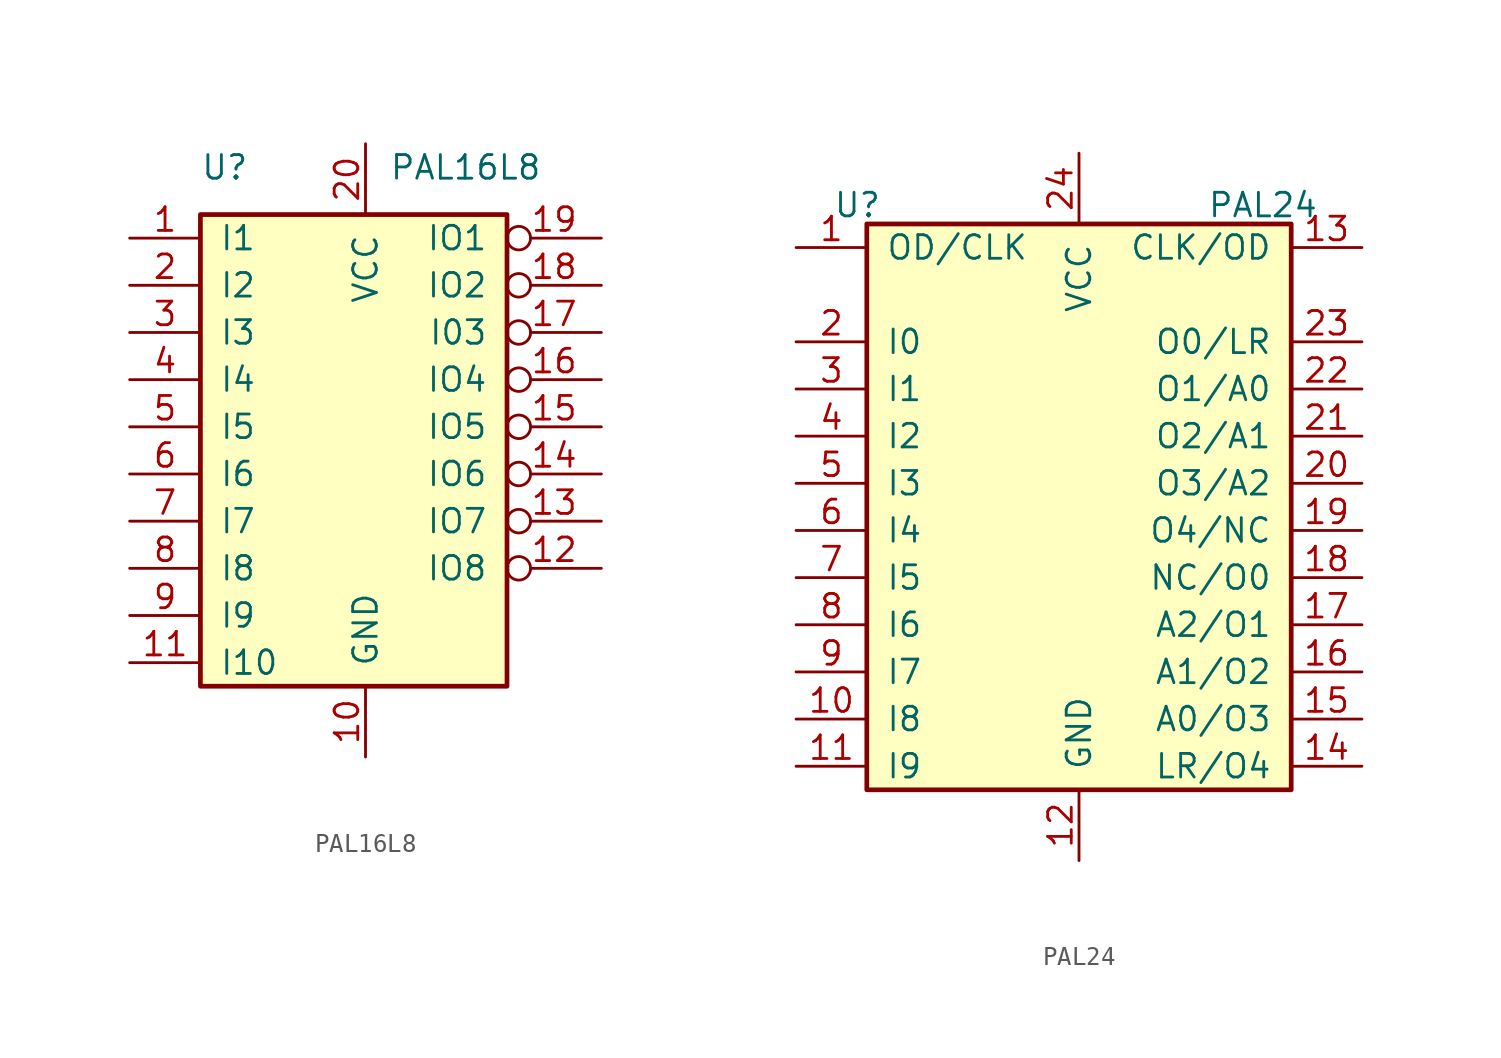
<source format=kicad_sym>
(kicad_symbol_lib
  (version 20201005)
  (generator kicad_symbol_editor)
  (symbol "PAL16L8"
    (pin_names
      (offset 1.016))
    (property "Reference" "U"
      (at -8.89 16.51 0)
      (effects (font (size 1.27 1.27)) (justify left)))
    (property "Value" "PAL16L8"
      (at 1.27 16.51 0)
      (effects (font (size 1.27 1.27)) (justify left)))
    (symbol "PAL16L8_0_0"
      (pin power_in line (at 0 -15.24 90) (length 3.81) (name "GND" (effects (font (size 1.27 1.27)))) (number "10" (effects (font (size 1.27 1.27)))))
      (pin power_in line (at 0 17.78 270) (length 3.81) (name "VCC" (effects (font (size 1.27 1.27)))) (number "20" (effects (font (size 1.27 1.27))))))
    (symbol "PAL16L8_0_1"
      (rectangle (start -8.89 13.97) (end 7.62 -11.43) (stroke (width 0.254)) (fill (type background))))
    (symbol "PAL16L8_1_1"
      (pin input line (at -12.7 12.7 0) (length 3.81) (name "I1" (effects (font (size 1.27 1.27)))) (number "1" (effects (font (size 1.27 1.27)))))
      (pin input line (at -12.7 10.16 0) (length 3.81) (name "I2" (effects (font (size 1.27 1.27)))) (number "2" (effects (font (size 1.27 1.27)))))
      (pin input line (at -12.7 7.62 0) (length 3.81) (name "I3" (effects (font (size 1.27 1.27)))) (number "3" (effects (font (size 1.27 1.27)))))
      (pin input line (at -12.7 5.08 0) (length 3.81) (name "I4" (effects (font (size 1.27 1.27)))) (number "4" (effects (font (size 1.27 1.27)))))
      (pin input line (at -12.7 2.54 0) (length 3.81) (name "I5" (effects (font (size 1.27 1.27)))) (number "5" (effects (font (size 1.27 1.27)))))
      (pin input line (at -12.7 0 0) (length 3.81) (name "I6" (effects (font (size 1.27 1.27)))) (number "6" (effects (font (size 1.27 1.27)))))
      (pin input line (at -12.7 -2.54 0) (length 3.81) (name "I7" (effects (font (size 1.27 1.27)))) (number "7" (effects (font (size 1.27 1.27)))))
      (pin input line (at -12.7 -5.08 0) (length 3.81) (name "I8" (effects (font (size 1.27 1.27)))) (number "8" (effects (font (size 1.27 1.27)))))
      (pin input line (at -12.7 -7.62 0) (length 3.81) (name "I9" (effects (font (size 1.27 1.27)))) (number "9" (effects (font (size 1.27 1.27)))))
      (pin input line (at -12.7 -10.16 0) (length 3.81) (name "I10" (effects (font (size 1.27 1.27)))) (number "11" (effects (font (size 1.27 1.27)))))
      (pin tri_state inverted (at 12.7 -5.08 180) (length 5.08) (name "IO8" (effects (font (size 1.27 1.27)))) (number "12" (effects (font (size 1.27 1.27)))))
      (pin tri_state inverted (at 12.7 -2.54 180) (length 5.08) (name "IO7" (effects (font (size 1.27 1.27)))) (number "13" (effects (font (size 1.27 1.27)))))
      (pin tri_state inverted (at 12.7 0 180) (length 5.08) (name "IO6" (effects (font (size 1.27 1.27)))) (number "14" (effects (font (size 1.27 1.27)))))
      (pin tri_state inverted (at 12.7 2.54 180) (length 5.08) (name "IO5" (effects (font (size 1.27 1.27)))) (number "15" (effects (font (size 1.27 1.27)))))
      (pin tri_state inverted (at 12.7 5.08 180) (length 5.08) (name "IO4" (effects (font (size 1.27 1.27)))) (number "16" (effects (font (size 1.27 1.27)))))
      (pin tri_state inverted (at 12.7 7.62 180) (length 5.08) (name "I03" (effects (font (size 1.27 1.27)))) (number "17" (effects (font (size 1.27 1.27)))))
      (pin tri_state inverted (at 12.7 10.16 180) (length 5.08) (name "IO2" (effects (font (size 1.27 1.27)))) (number "18" (effects (font (size 1.27 1.27)))))
      (pin tri_state inverted (at 12.7 12.7 180) (length 5.08) (name "IO1" (effects (font (size 1.27 1.27)))) (number "19" (effects (font (size 1.27 1.27)))))))
  (symbol "PAL24"
    (pin_names
      (offset 1.016))
    (property "Reference" "U"
      (at -11.938 17.526 0)
      (effects (font (size 1.27 1.27))))
    (property "Value" "PAL24"
      (at 9.906 17.526 0)
      (effects (font (size 1.27 1.27))))
    (symbol "PAL24_0_1"
      (rectangle (start -11.43 -13.97) (end 11.43 16.51) (stroke (width 0.254)) (fill (type background))))
    (symbol "PAL24_1_1"
      (pin passive line (at -15.24 15.24 0) (length 3.81) (name "OD/CLK" (effects (font (size 1.27 1.27)))) (number "1" (effects (font (size 1.27 1.27)))))
      (pin passive line (at -15.24 10.16 0) (length 3.81) (name "I0" (effects (font (size 1.27 1.27)))) (number "2" (effects (font (size 1.27 1.27)))))
      (pin passive line (at -15.24 7.62 0) (length 3.81) (name "I1" (effects (font (size 1.27 1.27)))) (number "3" (effects (font (size 1.27 1.27)))))
      (pin passive line (at -15.24 5.08 0) (length 3.81) (name "I2" (effects (font (size 1.27 1.27)))) (number "4" (effects (font (size 1.27 1.27)))))
      (pin passive line (at -15.24 2.54 0) (length 3.81) (name "I3" (effects (font (size 1.27 1.27)))) (number "5" (effects (font (size 1.27 1.27)))))
      (pin passive line (at -15.24 0 0) (length 3.81) (name "I4" (effects (font (size 1.27 1.27)))) (number "6" (effects (font (size 1.27 1.27)))))
      (pin passive line (at -15.24 -2.54 0) (length 3.81) (name "I5" (effects (font (size 1.27 1.27)))) (number "7" (effects (font (size 1.27 1.27)))))
      (pin passive line (at -15.24 -5.08 0) (length 3.81) (name "I6" (effects (font (size 1.27 1.27)))) (number "8" (effects (font (size 1.27 1.27)))))
      (pin passive line (at -15.24 -7.62 0) (length 3.81) (name "I7" (effects (font (size 1.27 1.27)))) (number "9" (effects (font (size 1.27 1.27)))))
      (pin passive line (at -15.24 -10.16 0) (length 3.81) (name "I8" (effects (font (size 1.27 1.27)))) (number "10" (effects (font (size 1.27 1.27)))))
      (pin passive line (at 15.24 2.54 180) (length 3.81) (name "O3/A2" (effects (font (size 1.27 1.27)))) (number "20" (effects (font (size 1.27 1.27)))))
      (pin passive line (at -15.24 -12.7 0) (length 3.81) (name "I9" (effects (font (size 1.27 1.27)))) (number "11" (effects (font (size 1.27 1.27)))))
      (pin passive line (at 15.24 5.08 180) (length 3.81) (name "O2/A1" (effects (font (size 1.27 1.27)))) (number "21" (effects (font (size 1.27 1.27)))))
      (pin passive line (at 0 -17.78 90) (length 3.81) (name "GND" (effects (font (size 1.27 1.27)))) (number "12" (effects (font (size 1.27 1.27)))))
      (pin passive line (at 15.24 7.62 180) (length 3.81) (name "O1/A0" (effects (font (size 1.27 1.27)))) (number "22" (effects (font (size 1.27 1.27)))))
      (pin passive line (at 15.24 15.24 180) (length 3.81) (name "CLK/OD" (effects (font (size 1.27 1.27)))) (number "13" (effects (font (size 1.27 1.27)))))
      (pin passive line (at 15.24 10.16 180) (length 3.81) (name "O0/LR" (effects (font (size 1.27 1.27)))) (number "23" (effects (font (size 1.27 1.27)))))
      (pin passive line (at 15.24 -12.7 180) (length 3.81) (name "LR/O4" (effects (font (size 1.27 1.27)))) (number "14" (effects (font (size 1.27 1.27)))))
      (pin passive line (at 0 20.32 270) (length 3.81) (name "VCC" (effects (font (size 1.27 1.27)))) (number "24" (effects (font (size 1.27 1.27)))))
      (pin passive line (at 15.24 -10.16 180) (length 3.81) (name "A0/O3" (effects (font (size 1.27 1.27)))) (number "15" (effects (font (size 1.27 1.27)))))
      (pin passive line (at 15.24 -7.62 180) (length 3.81) (name "A1/O2" (effects (font (size 1.27 1.27)))) (number "16" (effects (font (size 1.27 1.27)))))
      (pin passive line (at 15.24 -5.08 180) (length 3.81) (name "A2/O1" (effects (font (size 1.27 1.27)))) (number "17" (effects (font (size 1.27 1.27)))))
      (pin passive line (at 15.24 -2.54 180) (length 3.81) (name "NC/O0" (effects (font (size 1.27 1.27)))) (number "18" (effects (font (size 1.27 1.27)))))
      (pin passive line (at 15.24 0 180) (length 3.81) (name "O4/NC" (effects (font (size 1.27 1.27)))) (number "19" (effects (font (size 1.27 1.27))))))))
</source>
